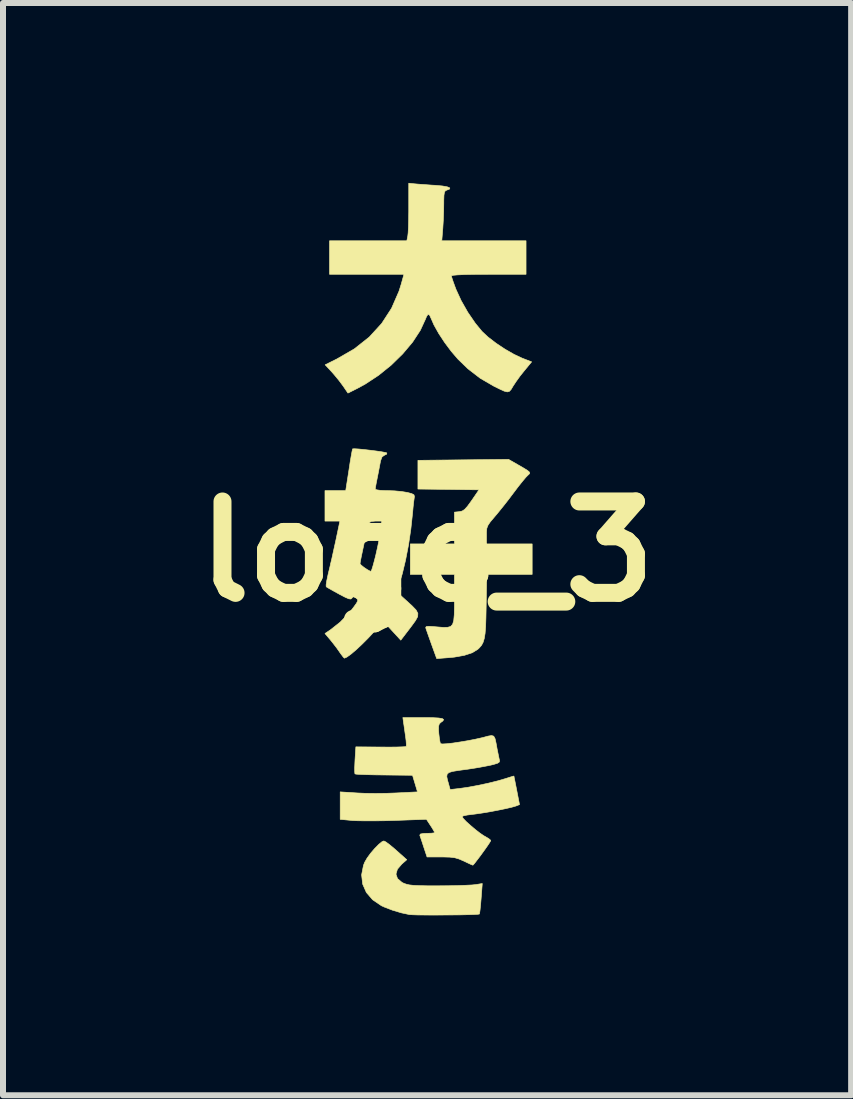
<source format=kicad_pcb>
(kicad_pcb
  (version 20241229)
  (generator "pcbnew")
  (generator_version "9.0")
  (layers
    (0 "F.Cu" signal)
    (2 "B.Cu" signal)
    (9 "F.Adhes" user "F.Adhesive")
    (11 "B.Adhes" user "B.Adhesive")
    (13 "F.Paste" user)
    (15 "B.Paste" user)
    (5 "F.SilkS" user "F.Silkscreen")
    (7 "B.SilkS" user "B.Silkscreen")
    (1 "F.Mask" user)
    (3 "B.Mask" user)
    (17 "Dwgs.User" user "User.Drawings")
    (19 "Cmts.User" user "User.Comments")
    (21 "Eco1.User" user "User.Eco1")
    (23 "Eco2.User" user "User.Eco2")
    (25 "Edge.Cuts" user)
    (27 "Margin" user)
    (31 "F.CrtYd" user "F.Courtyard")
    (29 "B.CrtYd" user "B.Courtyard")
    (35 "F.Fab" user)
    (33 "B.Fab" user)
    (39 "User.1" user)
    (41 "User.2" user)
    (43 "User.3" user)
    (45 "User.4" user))
  (footprint "logo_3"
    (layer "F.Cu")
    (at 4.071 6.147)
    (property "Reference" "logo_3" (at 0 0 0) (layer "F.SilkS") (effects (font (size 1.524 1.524) (thickness 0.3))))
    (attr through_hole)
    (fp_poly (pts (xy -0.688 4.842) (xy -0.629 4.885) (xy -0.554 4.947) (xy -0.513 4.983) (xy -0.338 5.139) (xy -0.42 5.211) (xy -0.494 5.297) (xy -0.518 5.379) (xy -0.493 5.453) (xy -0.42 5.516) (xy -0.388 5.532) (xy -0.346 5.547) (xy -0.294 5.559) (xy -0.223 5.567) (xy -0.126 5.571) (xy 0.005 5.574) (xy 0.178 5.574) (xy 0.203 5.574) (xy 0.365 5.573) (xy 0.517 5.57) (xy 0.648 5.565) (xy 0.749 5.56) (xy 0.809 5.554) (xy 0.81 5.554) (xy 0.921 5.536) (xy 0.902 5.784) (xy 0.893 5.891) (xy 0.884 5.978) (xy 0.876 6.032) (xy 0.872 6.045) (xy 0.844 6.049) (xy 0.774 6.053) (xy 0.67 6.056) (xy 0.543 6.059) (xy 0.4 6.06) (xy 0.25 6.061) (xy 0.102 6.062) (xy -0.035 6.061) (xy -0.152 6.06) (xy -0.24 6.057) (xy -0.291 6.054) (xy -0.292 6.054) (xy -0.428 6.025) (xy -0.578 5.98) (xy -0.716 5.927) (xy -0.761 5.906) (xy -0.907 5.807) (xy -1.012 5.685) (xy -1.074 5.544) (xy -1.091 5.391) (xy -1.06 5.233) (xy -1.04 5.182) (xy -0.999 5.111) (xy -0.94 5.03) (xy -0.872 4.951) (xy -0.805 4.883) (xy -0.75 4.838) (xy -0.72 4.826) (xy -0.688 4.842)) (stroke (width 0.01) (type solid)) (fill yes) (layer "F.SilkS"))
    (fp_poly (pts (xy 1.511 -1.45) (xy 1.613 -1.391) (xy 1.677 -1.351) (xy 1.708 -1.324) (xy 1.712 -1.303) (xy 1.695 -1.283) (xy 1.681 -1.272) (xy 1.646 -1.236) (xy 1.59 -1.169) (xy 1.519 -1.08) (xy 1.443 -0.979) (xy 1.442 -0.978) (xy 1.354 -0.861) (xy 1.261 -0.743) (xy 1.176 -0.638) (xy 1.122 -0.574) (xy 1.056 -0.496) (xy 1.017 -0.439) (xy 0.997 -0.388) (xy 0.991 -0.325) (xy 0.991 -0.275) (xy 0.991 -0.127) (xy 1.753 -0.127) (xy 1.753 0.381) (xy 0.995 0.381) (xy 0.986 0.908) (xy 0.982 1.102) (xy 0.977 1.252) (xy 0.968 1.366) (xy 0.954 1.451) (xy 0.935 1.514) (xy 0.909 1.563) (xy 0.873 1.605) (xy 0.846 1.631) (xy 0.755 1.687) (xy 0.622 1.731) (xy 0.453 1.761) (xy 0.369 1.769) (xy 0.161 1.785) (xy 0.079 1.559) (xy 0.042 1.455) (xy 0.01 1.365) (xy -0.012 1.302) (xy -0.018 1.286) (xy -0.022 1.263) (xy -0.009 1.25) (xy 0.029 1.247) (xy 0.103 1.251) (xy 0.17 1.257) (xy 0.268 1.265) (xy 0.341 1.264) (xy 0.393 1.25) (xy 0.426 1.214) (xy 0.445 1.152) (xy 0.454 1.056) (xy 0.457 0.92) (xy 0.457 0.786) (xy 0.457 0.381) (xy -0.279 0.381) (xy -0.279 -0.127) (xy 0.457 -0.127) (xy 0.457 -0.657) (xy 0.54 -0.665) (xy 0.585 -0.675) (xy 0.627 -0.702) (xy 0.673 -0.753) (xy 0.735 -0.838) (xy 0.744 -0.851) (xy 0.866 -1.029) (xy 0.357 -1.036) (xy -0.152 -1.042) (xy -0.152 -1.521) (xy 1.359 -1.537) (xy 1.511 -1.45)) (stroke (width 0.01) (type solid)) (fill yes) (layer "F.SilkS"))
    (fp_poly (pts (xy -0.21 -6.132) (xy -0.142 -6.126) (xy -0.041 -6.119) (xy 0.077 -6.11) (xy 0.133 -6.107) (xy 0.256 -6.096) (xy 0.339 -6.081) (xy 0.38 -6.063) (xy 0.375 -6.044) (xy 0.33 -6.027) (xy 0.305 -6.015) (xy 0.29 -5.99) (xy 0.282 -5.939) (xy 0.279 -5.852) (xy 0.279 -5.807) (xy 0.277 -5.672) (xy 0.271 -5.521) (xy 0.263 -5.391) (xy 0.246 -5.182) (xy 1.651 -5.182) (xy 1.651 -4.623) (xy 1.029 -4.623) (xy 0.806 -4.622) (xy 0.632 -4.619) (xy 0.507 -4.613) (xy 0.432 -4.606) (xy 0.406 -4.597) (xy 0.415 -4.562) (xy 0.438 -4.493) (xy 0.471 -4.403) (xy 0.484 -4.369) (xy 0.569 -4.184) (xy 0.68 -3.989) (xy 0.806 -3.805) (xy 0.918 -3.669) (xy 1.019 -3.575) (xy 1.152 -3.473) (xy 1.301 -3.374) (xy 1.451 -3.288) (xy 1.585 -3.225) (xy 1.59 -3.223) (xy 1.744 -3.163) (xy 1.623 -3.016) (xy 1.55 -2.925) (xy 1.482 -2.83) (xy 1.434 -2.757) (xy 1.402 -2.703) (xy 1.373 -2.671) (xy 1.338 -2.662) (xy 1.286 -2.675) (xy 1.208 -2.711) (xy 1.113 -2.758) (xy 0.886 -2.89) (xy 0.681 -3.048) (xy 0.516 -3.208) (xy 0.405 -3.337) (xy 0.295 -3.484) (xy 0.195 -3.636) (xy 0.115 -3.779) (xy 0.071 -3.88) (xy 0.042 -3.943) (xy 0.017 -3.956) (xy -0.008 -3.92) (xy -0.024 -3.88) (xy -0.112 -3.689) (xy -0.241 -3.492) (xy -0.406 -3.296) (xy -0.597 -3.109) (xy -0.809 -2.938) (xy -1.034 -2.79) (xy -1.161 -2.721) (xy -1.319 -2.642) (xy -1.401 -2.762) (xy -1.468 -2.852) (xy -1.548 -2.949) (xy -1.592 -2.999) (xy -1.699 -3.114) (xy -1.504 -3.211) (xy -1.213 -3.379) (xy -0.964 -3.576) (xy -0.757 -3.802) (xy -0.592 -4.056) (xy -0.468 -4.34) (xy -0.433 -4.451) (xy -0.385 -4.623) (xy -1.626 -4.623) (xy -1.626 -5.182) (xy -0.337 -5.182) (xy -0.321 -5.261) (xy -0.315 -5.314) (xy -0.31 -5.406) (xy -0.307 -5.527) (xy -0.305 -5.666) (xy -0.305 -5.741) (xy -0.305 -6.142) (xy -0.21 -6.132)) (stroke (width 0.01) (type solid)) (fill yes) (layer "F.SilkS"))
    (fp_poly (pts (xy -1.143 -1.71) (xy -1.051 -1.701) (xy -0.947 -1.689) (xy -0.844 -1.676) (xy -0.755 -1.663) (xy -0.692 -1.651) (xy -0.67 -1.644) (xy -0.674 -1.623) (xy -0.705 -1.609) (xy -0.75 -1.579) (xy -0.776 -1.51) (xy -0.777 -1.502) (xy -0.791 -1.428) (xy -0.81 -1.328) (xy -0.828 -1.237) (xy -0.846 -1.147) (xy -0.859 -1.076) (xy -0.864 -1.04) (xy -0.864 -1.04) (xy -0.84 -1.029) (xy -0.778 -1.02) (xy -0.689 -1.016) (xy -0.662 -1.016) (xy -0.544 -1.012) (xy -0.426 -1.001) (xy -0.333 -0.986) (xy -0.331 -0.986) (xy -0.256 -0.966) (xy -0.219 -0.947) (xy -0.21 -0.919) (xy -0.214 -0.891) (xy -0.222 -0.833) (xy -0.232 -0.744) (xy -0.241 -0.641) (xy -0.242 -0.635) (xy -0.27 -0.374) (xy -0.309 -0.11) (xy -0.358 0.143) (xy -0.413 0.372) (xy -0.47 0.558) (xy -0.509 0.67) (xy -0.343 0.82) (xy -0.245 0.91) (xy -0.182 0.976) (xy -0.153 1.031) (xy -0.156 1.085) (xy -0.191 1.15) (xy -0.254 1.237) (xy -0.281 1.273) (xy -0.438 1.478) (xy -0.586 1.317) (xy -0.734 1.156) (xy -0.805 1.245) (xy -0.888 1.343) (xy -0.983 1.445) (xy -1.083 1.545) (xy -1.18 1.636) (xy -1.266 1.709) (xy -1.335 1.759) (xy -1.377 1.778) (xy -1.378 1.778) (xy -1.398 1.759) (xy -1.435 1.71) (xy -1.454 1.683) (xy -1.508 1.606) (xy -1.576 1.518) (xy -1.609 1.477) (xy -1.702 1.367) (xy -1.607 1.303) (xy -1.447 1.176) (xy -1.294 1.017) (xy -1.227 0.932) (xy -1.178 0.864) (xy -1.156 0.823) (xy -1.159 0.798) (xy -1.183 0.776) (xy -1.184 0.775) (xy -1.224 0.754) (xy -1.247 0.768) (xy -1.253 0.778) (xy -1.27 0.792) (xy -1.305 0.788) (xy -1.364 0.763) (xy -1.457 0.715) (xy -1.469 0.708) (xy -1.558 0.659) (xy -1.631 0.618) (xy -1.674 0.592) (xy -1.681 0.587) (xy -1.683 0.557) (xy -1.673 0.49) (xy -1.654 0.4) (xy -1.647 0.368) (xy -1.621 0.262) (xy -1.608 0.203) (xy -1.118 0.203) (xy -1.098 0.227) (xy -1.052 0.264) (xy -0.997 0.301) (xy -0.951 0.326) (xy -0.936 0.33) (xy -0.923 0.307) (xy -0.903 0.244) (xy -0.878 0.152) (xy -0.854 0.057) (xy -0.825 -0.073) (xy -0.799 -0.201) (xy -0.779 -0.311) (xy -0.772 -0.362) (xy -0.755 -0.508) (xy -0.858 -0.508) (xy -0.933 -0.501) (xy -0.969 -0.477) (xy -0.975 -0.464) (xy -0.986 -0.42) (xy -1.004 -0.342) (xy -1.027 -0.24) (xy -1.051 -0.128) (xy -1.075 -0.016) (xy -1.096 0.084) (xy -1.111 0.16) (xy -1.117 0.2) (xy -1.118 0.203) (xy -1.608 0.203) (xy -1.589 0.124) (xy -1.556 -0.027) (xy -1.524 -0.171) (xy -1.453 -0.508) (xy -1.702 -0.508) (xy -1.702 -1.016) (xy -1.356 -1.016) (xy -1.302 -1.361) (xy -1.283 -1.487) (xy -1.265 -1.593) (xy -1.251 -1.67) (xy -1.242 -1.709) (xy -1.241 -1.712) (xy -1.21 -1.714) (xy -1.143 -1.71)) (stroke (width 0.01) (type solid)) (fill yes) (layer "F.SilkS"))
    (fp_poly (pts (xy 0.09 2.77) (xy 0.194 2.776) (xy 0.256 2.786) (xy 0.277 2.803) (xy 0.263 2.826) (xy 0.231 2.849) (xy 0.205 2.873) (xy 0.193 2.912) (xy 0.192 2.978) (xy 0.196 3.033) (xy 0.206 3.118) (xy 0.217 3.18) (xy 0.225 3.204) (xy 0.258 3.209) (xy 0.329 3.205) (xy 0.43 3.194) (xy 0.549 3.176) (xy 0.675 3.155) (xy 0.8 3.131) (xy 0.911 3.106) (xy 0.925 3.103) (xy 1.017 3.078) (xy 1.076 3.068) (xy 1.112 3.079) (xy 1.134 3.119) (xy 1.151 3.194) (xy 1.168 3.289) (xy 1.186 3.378) (xy 1.201 3.451) (xy 1.209 3.484) (xy 1.206 3.509) (xy 1.176 3.53) (xy 1.108 3.551) (xy 1.049 3.565) (xy 0.936 3.587) (xy 0.8 3.611) (xy 0.67 3.631) (xy 0.66 3.632) (xy 0.52 3.651) (xy 0.423 3.667) (xy 0.364 3.686) (xy 0.335 3.713) (xy 0.329 3.752) (xy 0.341 3.811) (xy 0.358 3.87) (xy 0.385 3.969) (xy 0.542 3.951) (xy 0.682 3.931) (xy 0.848 3.9) (xy 1.022 3.863) (xy 1.183 3.823) (xy 1.309 3.786) (xy 1.384 3.762) (xy 1.434 3.747) (xy 1.449 3.744) (xy 1.453 3.768) (xy 1.466 3.831) (xy 1.484 3.922) (xy 1.496 3.983) (xy 1.542 4.22) (xy 1.481 4.244) (xy 1.415 4.263) (xy 1.313 4.287) (xy 1.186 4.313) (xy 1.05 4.339) (xy 0.916 4.361) (xy 0.799 4.378) (xy 0.756 4.383) (xy 0.67 4.394) (xy 0.608 4.407) (xy 0.584 4.42) (xy 0.584 4.42) (xy 0.603 4.45) (xy 0.652 4.502) (xy 0.722 4.565) (xy 0.801 4.632) (xy 0.879 4.693) (xy 0.946 4.739) (xy 0.97 4.752) (xy 1.029 4.787) (xy 1.06 4.814) (xy 1.062 4.822) (xy 1.041 4.858) (xy 1 4.919) (xy 0.946 4.995) (xy 0.888 5.075) (xy 0.833 5.147) (xy 0.79 5.203) (xy 0.766 5.229) (xy 0.764 5.23) (xy 0.735 5.219) (xy 0.675 5.191) (xy 0.61 5.16) (xy 0.533 5.127) (xy 0.462 5.106) (xy 0.379 5.096) (xy 0.267 5.093) (xy 0.235 5.093) (xy -0.000085 5.093) (xy -0.055 4.928) (xy -0.084 4.839) (xy -0.108 4.768) (xy -0.121 4.731) (xy -0.112 4.711) (xy -0.062 4.701) (xy -0.003 4.699) (xy 0.071 4.697) (xy 0.118 4.691) (xy 0.127 4.686) (xy 0.114 4.659) (xy 0.081 4.604) (xy 0.058 4.569) (xy -0.01 4.465) (xy -0.536 4.484) (xy -0.71 4.489) (xy -0.879 4.491) (xy -1.034 4.491) (xy -1.161 4.489) (xy -1.251 4.485) (xy -1.255 4.484) (xy -1.448 4.466) (xy -1.448 4.008) (xy -1.166 4.026) (xy -1.028 4.032) (xy -0.86 4.034) (xy -0.684 4.032) (xy -0.521 4.026) (xy -0.159 4.008) (xy -0.242 3.731) (xy -0.716 3.726) (xy -0.865 3.724) (xy -0.997 3.721) (xy -1.103 3.717) (xy -1.174 3.713) (xy -1.202 3.708) (xy -1.202 3.708) (xy -1.206 3.679) (xy -1.207 3.611) (xy -1.203 3.518) (xy -1.201 3.476) (xy -1.187 3.257) (xy -0.774 3.26) (xy -0.634 3.261) (xy -0.513 3.26) (xy -0.419 3.257) (xy -0.362 3.254) (xy -0.348 3.251) (xy -0.345 3.221) (xy -0.349 3.156) (xy -0.358 3.086) (xy -0.372 2.988) (xy -0.385 2.896) (xy -0.392 2.851) (xy -0.403 2.769) (xy -0.062 2.769) (xy 0.09 2.77)) (stroke (width 0.01) (type solid)) (fill yes) (layer "F.SilkS")))
  (gr_rect
    (start -3 -3)
    (end 11.143 15.214)
    (stroke (width 0.1) (type default))
    (fill no)
    (layer "Edge.Cuts")))
</source>
